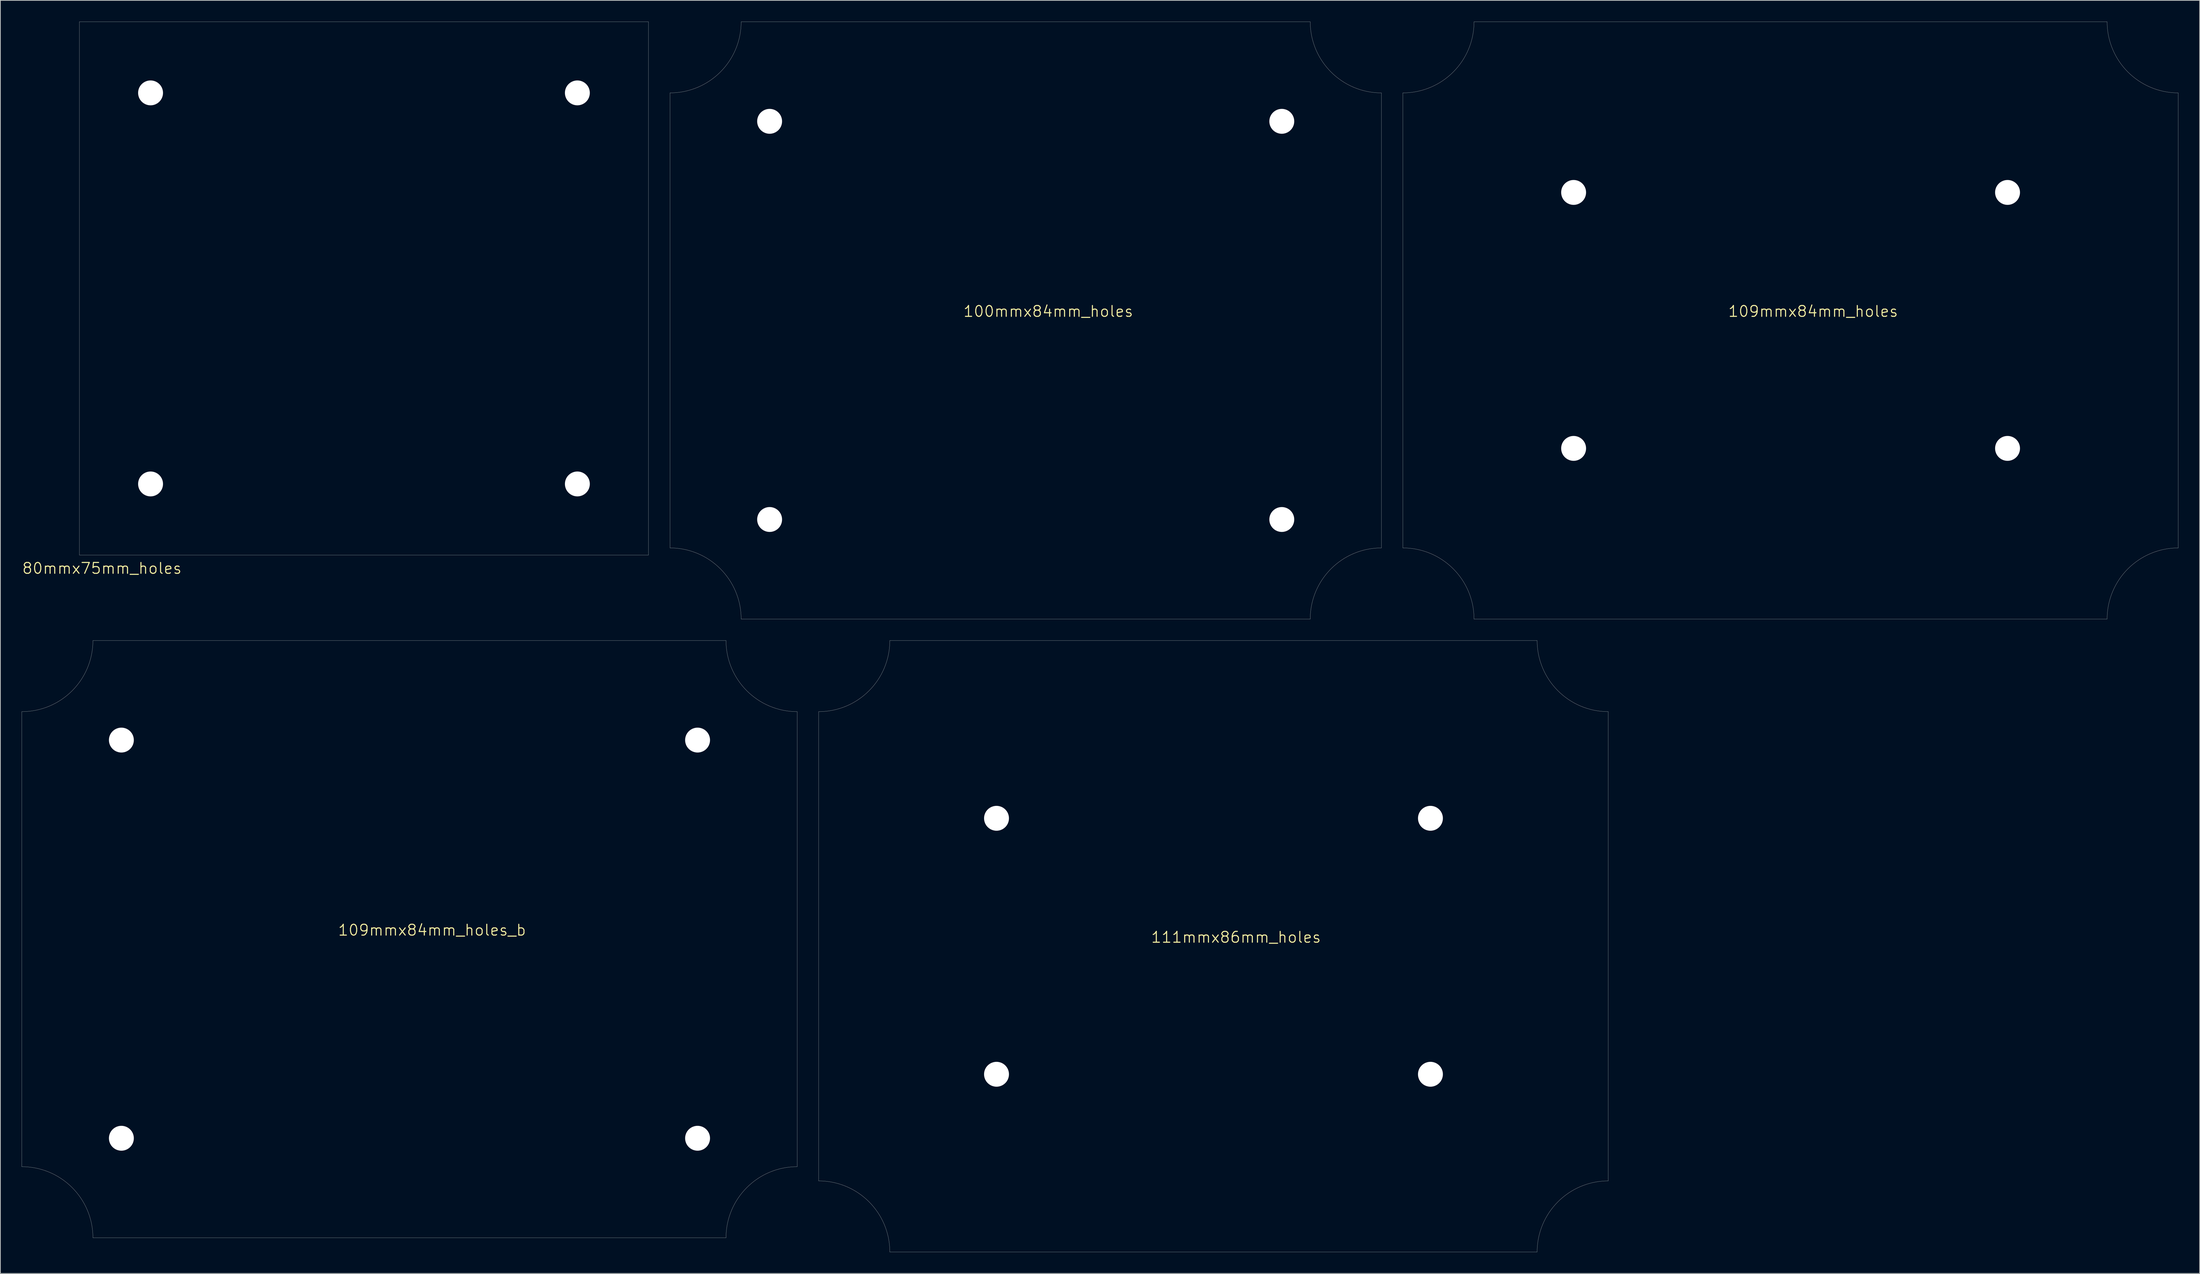
<source format=kicad_pcb>
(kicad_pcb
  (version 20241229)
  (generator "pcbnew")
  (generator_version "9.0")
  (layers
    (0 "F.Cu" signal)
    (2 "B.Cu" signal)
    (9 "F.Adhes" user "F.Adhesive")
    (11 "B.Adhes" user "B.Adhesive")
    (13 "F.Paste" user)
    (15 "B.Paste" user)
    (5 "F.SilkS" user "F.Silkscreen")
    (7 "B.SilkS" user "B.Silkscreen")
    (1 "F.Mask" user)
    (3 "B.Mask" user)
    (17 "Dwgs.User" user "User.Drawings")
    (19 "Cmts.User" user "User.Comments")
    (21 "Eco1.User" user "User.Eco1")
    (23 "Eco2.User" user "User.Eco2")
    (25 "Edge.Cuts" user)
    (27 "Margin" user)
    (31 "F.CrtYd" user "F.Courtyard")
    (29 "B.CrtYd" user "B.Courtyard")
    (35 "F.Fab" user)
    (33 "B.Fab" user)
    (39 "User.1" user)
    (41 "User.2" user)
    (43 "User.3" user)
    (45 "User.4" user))
  (footprint "109mmx84mm_holes"
    (layer "F.Cu")
    (at 248.665 42.013)
    (property "Reference" "109mmx84mm_holes" (at 3.175 -1.27 0) (layer "F.SilkS") (effects (font (size 1.524 1.524) (thickness 0.15))))
    (attr through_hole)
    (fp_line (start -54.5 32) (end -54.5 -32) (stroke (width 0.025) (type solid)) (layer "Edge.Cuts"))
    (fp_line (start -44.5 -42) (end 44.5 -42) (stroke (width 0.025) (type solid)) (layer "Edge.Cuts"))
    (fp_line (start 44.5 42) (end -44.5 42) (stroke (width 0.025) (type solid)) (layer "Edge.Cuts"))
    (fp_line (start 54.5 -32) (end 54.5 32) (stroke (width 0.025) (type solid)) (layer "Edge.Cuts"))
    (fp_arc (start -54.5 32) (mid -47.428932 34.928932) (end -44.5 42) (stroke (width 0.025) (type solid)) (layer "Edge.Cuts"))
    (fp_arc (start -44.5 -42) (mid -47.428932 -34.928932) (end -54.5 -32) (stroke (width 0.025) (type solid)) (layer "Edge.Cuts"))
    (fp_arc (start 44.5 42) (mid 47.428932 34.928932) (end 54.5 32) (stroke (width 0.025) (type solid)) (layer "Edge.Cuts"))
    (fp_arc (start 54.5 -32) (mid 47.428932 -34.928932) (end 44.5 -42) (stroke (width 0.025) (type solid)) (layer "Edge.Cuts"))
    (pad "" np_thru_hole circle (at -30.5 -18) (size 3.5 3.5) (drill 3.5) (layers "*.Cu" "*.Mask"))
    (pad "" np_thru_hole circle (at -30.5 18) (size 3.5 3.5) (drill 3.5) (layers "*.Cu" "*.Mask"))
    (pad "" np_thru_hole circle (at 30.5 -18) (size 3.5 3.5) (drill 3.5) (layers "*.Cu" "*.Mask"))
    (pad "" np_thru_hole circle (at 30.5 18) (size 3.5 3.5) (drill 3.5) (layers "*.Cu" "*.Mask")))
  (footprint "109mmx84mm_holes_b"
    (layer "F.Cu")
    (at 54.513 129.037)
    (property "Reference" "109mmx84mm_holes_b" (at 3.175 -1.27 0) (layer "F.SilkS") (effects (font (size 1.524 1.524) (thickness 0.15))))
    (attr through_hole)
    (fp_line (start -54.5 32) (end -54.5 -32) (stroke (width 0.025) (type solid)) (layer "Edge.Cuts"))
    (fp_line (start -44.5 -42) (end 44.5 -42) (stroke (width 0.025) (type solid)) (layer "Edge.Cuts"))
    (fp_line (start 44.5 42) (end -44.5 42) (stroke (width 0.025) (type solid)) (layer "Edge.Cuts"))
    (fp_line (start 54.5 -32) (end 54.5 32) (stroke (width 0.025) (type solid)) (layer "Edge.Cuts"))
    (fp_arc (start -54.5 32) (mid -47.428932 34.928932) (end -44.5 42) (stroke (width 0.025) (type solid)) (layer "Edge.Cuts"))
    (fp_arc (start -44.5 -42) (mid -47.428932 -34.928932) (end -54.5 -32) (stroke (width 0.025) (type solid)) (layer "Edge.Cuts"))
    (fp_arc (start 44.5 42) (mid 47.428932 34.928932) (end 54.5 32) (stroke (width 0.025) (type solid)) (layer "Edge.Cuts"))
    (fp_arc (start 54.5 -32) (mid 47.428932 -34.928932) (end 44.5 -42) (stroke (width 0.025) (type solid)) (layer "Edge.Cuts"))
    (pad "" np_thru_hole circle (at -40.5 -28) (size 3.5 3.5) (drill 3.5) (layers "*.Cu" "*.Mask"))
    (pad "" np_thru_hole circle (at -40.5 28) (size 3.5 3.5) (drill 3.5) (layers "*.Cu" "*.Mask"))
    (pad "" np_thru_hole circle (at 40.5 -28) (size 3.5 3.5) (drill 3.5) (layers "*.Cu" "*.Mask"))
    (pad "" np_thru_hole circle (at 40.5 28) (size 3.5 3.5) (drill 3.5) (layers "*.Cu" "*.Mask")))
  (footprint "111mmx86mm_holes"
    (layer "F.Cu")
    (at 167.537 130.037)
    (property "Reference" "111mmx86mm_holes" (at 3.175 -1.27 0) (layer "F.SilkS") (effects (font (size 1.524 1.524) (thickness 0.15))))
    (attr through_hole)
    (fp_line (start -55.5 33) (end -55.5 -33) (stroke (width 0.025) (type solid)) (layer "Edge.Cuts"))
    (fp_line (start -45.5 -43) (end 45.5 -43) (stroke (width 0.025) (type solid)) (layer "Edge.Cuts"))
    (fp_line (start 45.5 43) (end -45.5 43) (stroke (width 0.025) (type solid)) (layer "Edge.Cuts"))
    (fp_line (start 55.5 -33) (end 55.5 33) (stroke (width 0.025) (type solid)) (layer "Edge.Cuts"))
    (fp_arc (start -55.5 33) (mid -48.428932 35.928932) (end -45.5 43) (stroke (width 0.025) (type solid)) (layer "Edge.Cuts"))
    (fp_arc (start -45.5 -43) (mid -48.428932 -35.928932) (end -55.5 -33) (stroke (width 0.025) (type solid)) (layer "Edge.Cuts"))
    (fp_arc (start 45.5 43) (mid 48.428932 35.928932) (end 55.5 33) (stroke (width 0.025) (type solid)) (layer "Edge.Cuts"))
    (fp_arc (start 55.5 -33) (mid 48.428932 -35.928932) (end 45.5 -43) (stroke (width 0.025) (type solid)) (layer "Edge.Cuts"))
    (pad "" np_thru_hole circle (at -30.5 -18) (size 3.5 3.5) (drill 3.5) (layers "*.Cu" "*.Mask"))
    (pad "" np_thru_hole circle (at -30.5 18) (size 3.5 3.5) (drill 3.5) (layers "*.Cu" "*.Mask"))
    (pad "" np_thru_hole circle (at 30.5 -18) (size 3.5 3.5) (drill 3.5) (layers "*.Cu" "*.Mask"))
    (pad "" np_thru_hole circle (at 30.5 18) (size 3.5 3.5) (drill 3.5) (layers "*.Cu" "*.Mask")))
  (footprint "100mmx84mm_holes"
    (layer "F.Cu")
    (at 141.14 42.013)
    (property "Reference" "100mmx84mm_holes" (at 3.175 -1.27 0) (layer "F.SilkS") (effects (font (size 1.524 1.524) (thickness 0.15))))
    (attr through_hole)
    (fp_line (start -50 32) (end -50 -32) (stroke (width 0.025) (type solid)) (layer "Edge.Cuts"))
    (fp_line (start -40 -42) (end 40 -42) (stroke (width 0.025) (type solid)) (layer "Edge.Cuts"))
    (fp_line (start 40 42) (end -40 42) (stroke (width 0.025) (type solid)) (layer "Edge.Cuts"))
    (fp_line (start 50 -32) (end 50 32) (stroke (width 0.025) (type solid)) (layer "Edge.Cuts"))
    (fp_arc (start -50 32) (mid -42.928932 34.928932) (end -40 42) (stroke (width 0.025) (type solid)) (layer "Edge.Cuts"))
    (fp_arc (start -40 -42) (mid -42.928932 -34.928932) (end -50 -32) (stroke (width 0.025) (type solid)) (layer "Edge.Cuts"))
    (fp_arc (start 40 42) (mid 42.928932 34.928932) (end 50 32) (stroke (width 0.025) (type solid)) (layer "Edge.Cuts"))
    (fp_arc (start 50 -32) (mid 42.928932 -34.928932) (end 40 -42) (stroke (width 0.025) (type solid)) (layer "Edge.Cuts"))
    (pad "" np_thru_hole circle (at -36 -28) (size 3.5 3.5) (drill 3.5) (layers "*.Cu" "*.Mask"))
    (pad "" np_thru_hole circle (at -36 28) (size 3.5 3.5) (drill 3.5) (layers "*.Cu" "*.Mask"))
    (pad "" np_thru_hole circle (at 36 -28) (size 3.5 3.5) (drill 3.5) (layers "*.Cu" "*.Mask"))
    (pad "" np_thru_hole circle (at 36 28) (size 3.5 3.5) (drill 3.5) (layers "*.Cu" "*.Mask")))
  (footprint "80mmx75mm_holes"
    (layer "F.Cu")
    (at 48.115 37.513)
    (property "Reference" "80mmx75mm_holes" (at -36.83 39.37 0) (layer "F.SilkS") (effects (font (size 1.524 1.524) (thickness 0.15))))
    (attr through_hole)
    (fp_line (start -40 -37.5) (end 40 -37.5) (stroke (width 0.025) (type solid)) (layer "Edge.Cuts"))
    (fp_line (start -40 37.5) (end -40 -37.5) (stroke (width 0.025) (type solid)) (layer "Edge.Cuts"))
    (fp_line (start 40 -37.5) (end 40 37.5) (stroke (width 0.025) (type solid)) (layer "Edge.Cuts"))
    (fp_line (start 40 37.5) (end -40 37.5) (stroke (width 0.025) (type solid)) (layer "Edge.Cuts"))
    (pad "" np_thru_hole circle (at -30 -27.5) (size 3.5 3.5) (drill 3.5) (layers "*.Cu" "*.Mask"))
    (pad "" np_thru_hole circle (at -30 27.5) (size 3.5 3.5) (drill 3.5) (layers "*.Cu" "*.Mask"))
    (pad "" np_thru_hole circle (at 30 -27.5) (size 3.5 3.5) (drill 3.5) (layers "*.Cu" "*.Mask"))
    (pad "" np_thru_hole circle (at 30 27.5) (size 3.5 3.5) (drill 3.5) (layers "*.Cu" "*.Mask")))
  (gr_rect
    (start -3 -3)
    (end 306.177 176.05)
    (stroke (width 0.1) (type default))
    (fill no)
    (layer "Edge.Cuts")))
</source>
